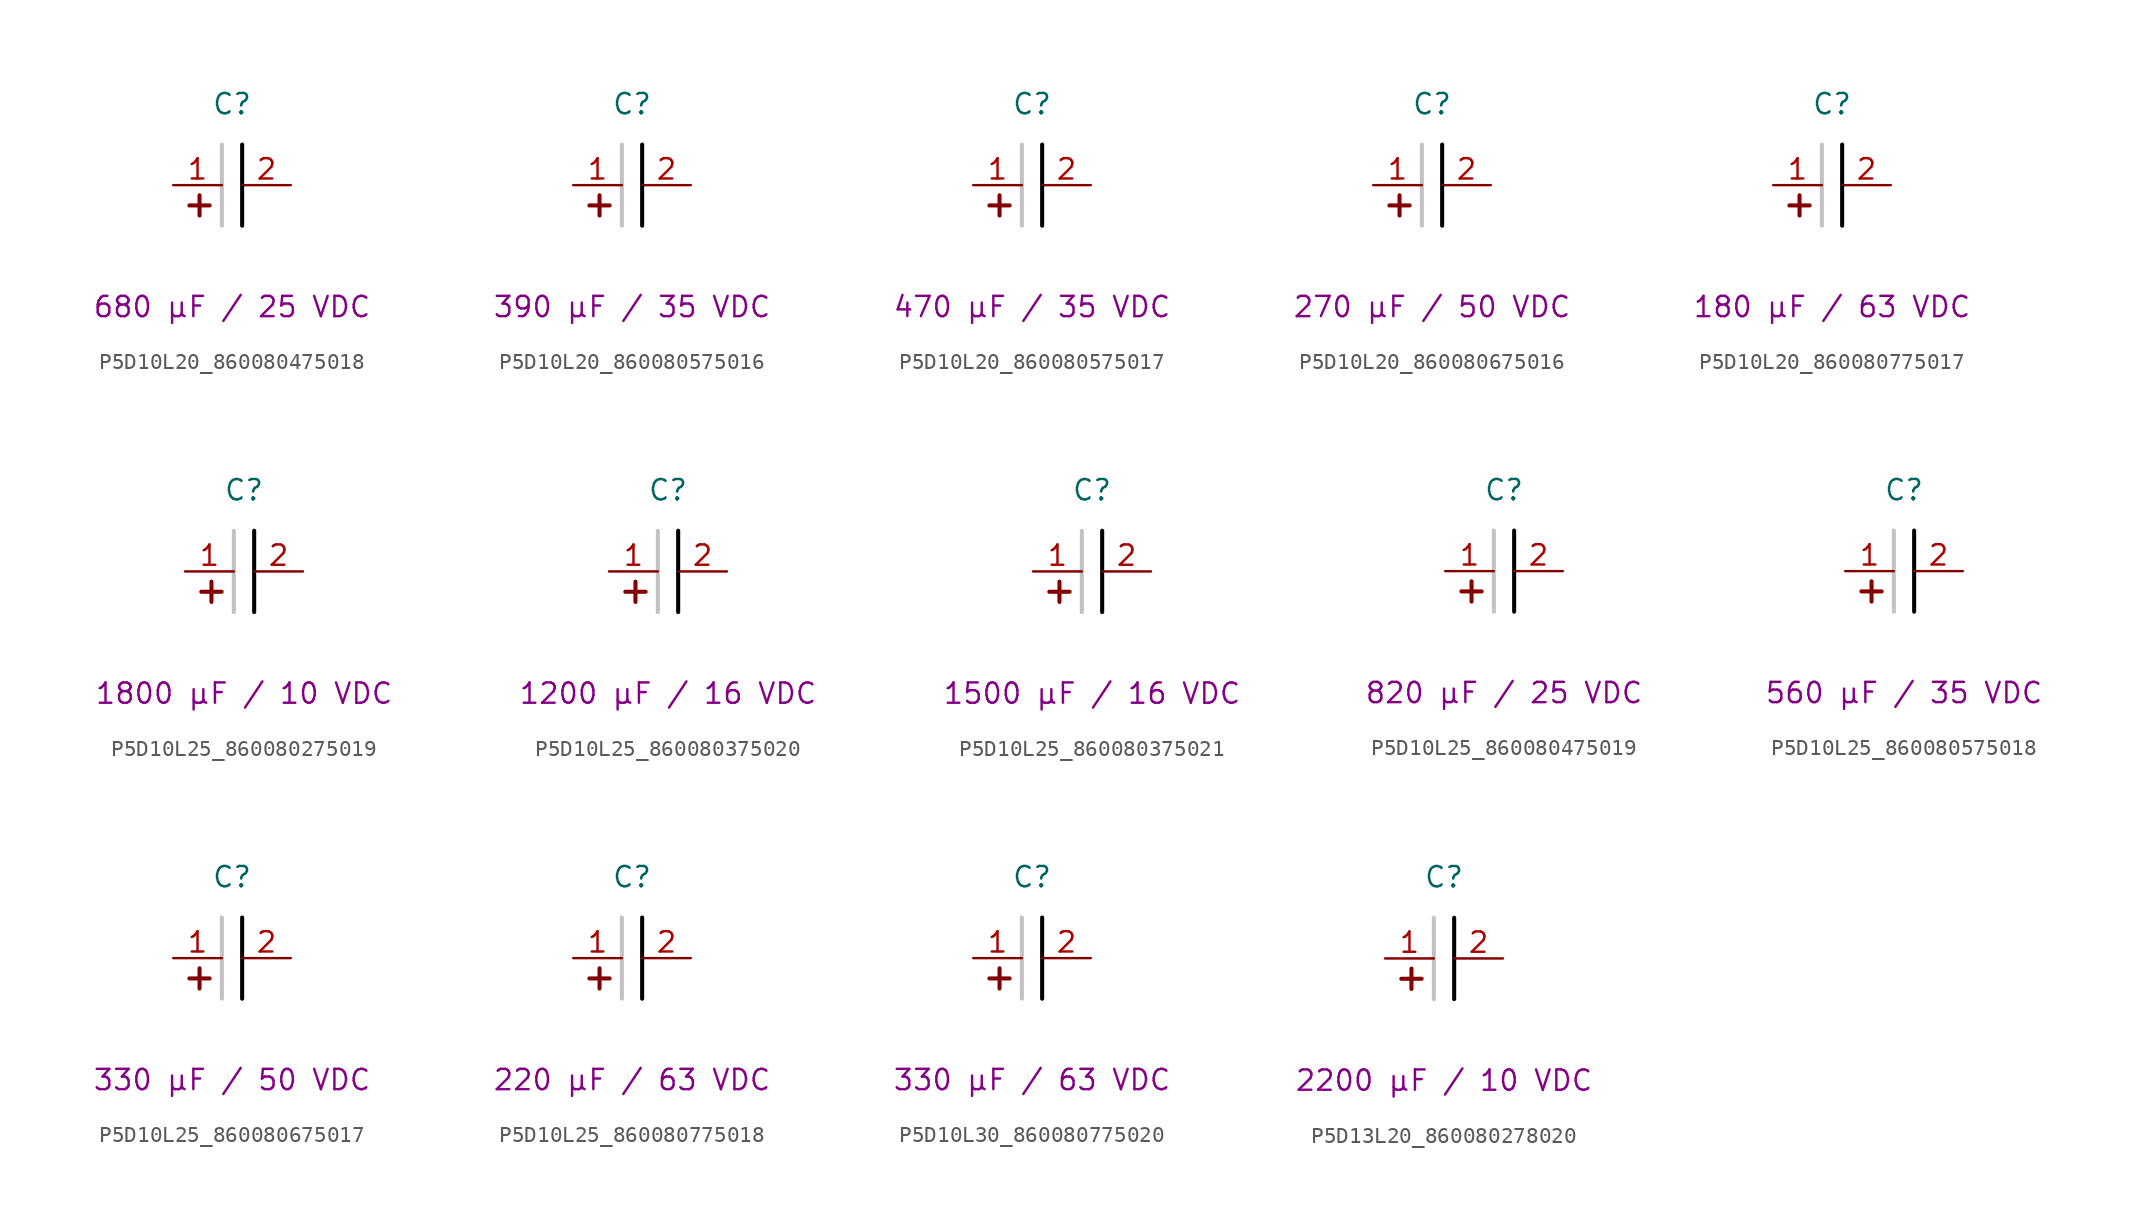
<source format=kicad_sym>
(kicad_symbol_lib
  (version 20220914)
  (generator kicad_symbol_editor)
  (symbol "P5D10L20_860080475018"
    (pin_names hide)
    (property "Reference" "C"
      (at 0 5.08 0)
      (effects (font (size 1.27 1.27))))
    (property "Critical Parameter" "680 µF / 25 VDC"
      (at 0 -7.62 0)
      (effects (font (size 1.27 1.27))))
    (symbol "P5D10L20_860080475018_1_1"
      (polyline (pts (xy -2.667 -1.27) (xy -1.397 -1.27)) (stroke (width 0.254) (type default)) (fill (type none)))
      (polyline (pts (xy -2.032 -0.635) (xy -2.032 -1.905)) (stroke (width 0.254) (type default)) (fill (type none)))
      (polyline (pts (xy -0.635 2.54) (xy -0.635 -2.54)) (stroke (width 0.254) (type default) (color 194 194 194 1)) (fill (type none)))
      (polyline (pts (xy 0.635 2.54) (xy 0.635 -2.54)) (stroke (width 0.254) (type default) (color 0 0 0 1)) (fill (type none)))
      (pin passive line (at -3.679 0 0) (length 3.044) (name "1" (effects (font (size 1.27 1.27)))) (number "1" (effects (font (size 1.27 1.27)))))
      (pin passive line (at 3.679 0 180) (length 3.044) (name "2" (effects (font (size 1.27 1.27)))) (number "2" (effects (font (size 1.27 1.27)))))))
  (symbol "P5D10L20_860080575016"
    (pin_names hide)
    (property "Reference" "C"
      (at 0 5.08 0)
      (effects (font (size 1.27 1.27))))
    (property "Critical Parameter" "390 µF / 35 VDC"
      (at 0 -7.62 0)
      (effects (font (size 1.27 1.27))))
    (symbol "P5D10L20_860080575016_1_1"
      (polyline (pts (xy -2.667 -1.27) (xy -1.397 -1.27)) (stroke (width 0.254) (type default)) (fill (type none)))
      (polyline (pts (xy -2.032 -0.635) (xy -2.032 -1.905)) (stroke (width 0.254) (type default)) (fill (type none)))
      (polyline (pts (xy -0.635 2.54) (xy -0.635 -2.54)) (stroke (width 0.254) (type default) (color 194 194 194 1)) (fill (type none)))
      (polyline (pts (xy 0.635 2.54) (xy 0.635 -2.54)) (stroke (width 0.254) (type default) (color 0 0 0 1)) (fill (type none)))
      (pin passive line (at -3.679 0 0) (length 3.044) (name "1" (effects (font (size 1.27 1.27)))) (number "1" (effects (font (size 1.27 1.27)))))
      (pin passive line (at 3.679 0 180) (length 3.044) (name "2" (effects (font (size 1.27 1.27)))) (number "2" (effects (font (size 1.27 1.27)))))))
  (symbol "P5D10L20_860080575017"
    (pin_names hide)
    (property "Reference" "C"
      (at 0 5.08 0)
      (effects (font (size 1.27 1.27))))
    (property "Critical Parameter" "470 µF / 35 VDC"
      (at 0 -7.62 0)
      (effects (font (size 1.27 1.27))))
    (symbol "P5D10L20_860080575017_1_1"
      (polyline (pts (xy -2.667 -1.27) (xy -1.397 -1.27)) (stroke (width 0.254) (type default)) (fill (type none)))
      (polyline (pts (xy -2.032 -0.635) (xy -2.032 -1.905)) (stroke (width 0.254) (type default)) (fill (type none)))
      (polyline (pts (xy -0.635 2.54) (xy -0.635 -2.54)) (stroke (width 0.254) (type default) (color 194 194 194 1)) (fill (type none)))
      (polyline (pts (xy 0.635 2.54) (xy 0.635 -2.54)) (stroke (width 0.254) (type default) (color 0 0 0 1)) (fill (type none)))
      (pin passive line (at -3.679 0 0) (length 3.044) (name "1" (effects (font (size 1.27 1.27)))) (number "1" (effects (font (size 1.27 1.27)))))
      (pin passive line (at 3.679 0 180) (length 3.044) (name "2" (effects (font (size 1.27 1.27)))) (number "2" (effects (font (size 1.27 1.27)))))))
  (symbol "P5D10L20_860080675016"
    (pin_names hide)
    (property "Reference" "C"
      (at 0 5.08 0)
      (effects (font (size 1.27 1.27))))
    (property "Critical Parameter" "270 µF / 50 VDC"
      (at 0 -7.62 0)
      (effects (font (size 1.27 1.27))))
    (symbol "P5D10L20_860080675016_1_1"
      (polyline (pts (xy -2.667 -1.27) (xy -1.397 -1.27)) (stroke (width 0.254) (type default)) (fill (type none)))
      (polyline (pts (xy -2.032 -0.635) (xy -2.032 -1.905)) (stroke (width 0.254) (type default)) (fill (type none)))
      (polyline (pts (xy -0.635 2.54) (xy -0.635 -2.54)) (stroke (width 0.254) (type default) (color 194 194 194 1)) (fill (type none)))
      (polyline (pts (xy 0.635 2.54) (xy 0.635 -2.54)) (stroke (width 0.254) (type default) (color 0 0 0 1)) (fill (type none)))
      (pin passive line (at -3.679 0 0) (length 3.044) (name "1" (effects (font (size 1.27 1.27)))) (number "1" (effects (font (size 1.27 1.27)))))
      (pin passive line (at 3.679 0 180) (length 3.044) (name "2" (effects (font (size 1.27 1.27)))) (number "2" (effects (font (size 1.27 1.27)))))))
  (symbol "P5D10L20_860080775017"
    (pin_names hide)
    (property "Reference" "C"
      (at 0 5.08 0)
      (effects (font (size 1.27 1.27))))
    (property "Critical Parameter" "180 µF / 63 VDC"
      (at 0 -7.62 0)
      (effects (font (size 1.27 1.27))))
    (symbol "P5D10L20_860080775017_1_1"
      (polyline (pts (xy -2.667 -1.27) (xy -1.397 -1.27)) (stroke (width 0.254) (type default)) (fill (type none)))
      (polyline (pts (xy -2.032 -0.635) (xy -2.032 -1.905)) (stroke (width 0.254) (type default)) (fill (type none)))
      (polyline (pts (xy -0.635 2.54) (xy -0.635 -2.54)) (stroke (width 0.254) (type default) (color 194 194 194 1)) (fill (type none)))
      (polyline (pts (xy 0.635 2.54) (xy 0.635 -2.54)) (stroke (width 0.254) (type default) (color 0 0 0 1)) (fill (type none)))
      (pin passive line (at -3.679 0 0) (length 3.044) (name "1" (effects (font (size 1.27 1.27)))) (number "1" (effects (font (size 1.27 1.27)))))
      (pin passive line (at 3.679 0 180) (length 3.044) (name "2" (effects (font (size 1.27 1.27)))) (number "2" (effects (font (size 1.27 1.27)))))))
  (symbol "P5D10L25_860080275019"
    (pin_names hide)
    (property "Reference" "C"
      (at 0 5.08 0)
      (effects (font (size 1.27 1.27))))
    (property "Critical Parameter" "1800 µF / 10 VDC"
      (at 0 -7.62 0)
      (effects (font (size 1.27 1.27))))
    (symbol "P5D10L25_860080275019_1_1"
      (polyline (pts (xy -2.667 -1.27) (xy -1.397 -1.27)) (stroke (width 0.254) (type default)) (fill (type none)))
      (polyline (pts (xy -2.032 -0.635) (xy -2.032 -1.905)) (stroke (width 0.254) (type default)) (fill (type none)))
      (polyline (pts (xy -0.635 2.54) (xy -0.635 -2.54)) (stroke (width 0.254) (type default) (color 194 194 194 1)) (fill (type none)))
      (polyline (pts (xy 0.635 2.54) (xy 0.635 -2.54)) (stroke (width 0.254) (type default) (color 0 0 0 1)) (fill (type none)))
      (pin passive line (at -3.679 0 0) (length 3.044) (name "1" (effects (font (size 1.27 1.27)))) (number "1" (effects (font (size 1.27 1.27)))))
      (pin passive line (at 3.679 0 180) (length 3.044) (name "2" (effects (font (size 1.27 1.27)))) (number "2" (effects (font (size 1.27 1.27)))))))
  (symbol "P5D10L25_860080375020"
    (pin_names hide)
    (property "Reference" "C"
      (at 0 5.08 0)
      (effects (font (size 1.27 1.27))))
    (property "Critical Parameter" "1200 µF / 16 VDC"
      (at 0 -7.62 0)
      (effects (font (size 1.27 1.27))))
    (symbol "P5D10L25_860080375020_1_1"
      (polyline (pts (xy -2.667 -1.27) (xy -1.397 -1.27)) (stroke (width 0.254) (type default)) (fill (type none)))
      (polyline (pts (xy -2.032 -0.635) (xy -2.032 -1.905)) (stroke (width 0.254) (type default)) (fill (type none)))
      (polyline (pts (xy -0.635 2.54) (xy -0.635 -2.54)) (stroke (width 0.254) (type default) (color 194 194 194 1)) (fill (type none)))
      (polyline (pts (xy 0.635 2.54) (xy 0.635 -2.54)) (stroke (width 0.254) (type default) (color 0 0 0 1)) (fill (type none)))
      (pin passive line (at -3.679 0 0) (length 3.044) (name "1" (effects (font (size 1.27 1.27)))) (number "1" (effects (font (size 1.27 1.27)))))
      (pin passive line (at 3.679 0 180) (length 3.044) (name "2" (effects (font (size 1.27 1.27)))) (number "2" (effects (font (size 1.27 1.27)))))))
  (symbol "P5D10L25_860080375021"
    (pin_names hide)
    (property "Reference" "C"
      (at 0 5.08 0)
      (effects (font (size 1.27 1.27))))
    (property "Critical Parameter" "1500 µF / 16 VDC"
      (at 0 -7.62 0)
      (effects (font (size 1.27 1.27))))
    (symbol "P5D10L25_860080375021_1_1"
      (polyline (pts (xy -2.667 -1.27) (xy -1.397 -1.27)) (stroke (width 0.254) (type default)) (fill (type none)))
      (polyline (pts (xy -2.032 -0.635) (xy -2.032 -1.905)) (stroke (width 0.254) (type default)) (fill (type none)))
      (polyline (pts (xy -0.635 2.54) (xy -0.635 -2.54)) (stroke (width 0.254) (type default) (color 194 194 194 1)) (fill (type none)))
      (polyline (pts (xy 0.635 2.54) (xy 0.635 -2.54)) (stroke (width 0.254) (type default) (color 0 0 0 1)) (fill (type none)))
      (pin passive line (at -3.679 0 0) (length 3.044) (name "1" (effects (font (size 1.27 1.27)))) (number "1" (effects (font (size 1.27 1.27)))))
      (pin passive line (at 3.679 0 180) (length 3.044) (name "2" (effects (font (size 1.27 1.27)))) (number "2" (effects (font (size 1.27 1.27)))))))
  (symbol "P5D10L25_860080475019"
    (pin_names hide)
    (property "Reference" "C"
      (at 0 5.08 0)
      (effects (font (size 1.27 1.27))))
    (property "Critical Parameter" "820 µF / 25 VDC"
      (at 0 -7.62 0)
      (effects (font (size 1.27 1.27))))
    (symbol "P5D10L25_860080475019_1_1"
      (polyline (pts (xy -2.667 -1.27) (xy -1.397 -1.27)) (stroke (width 0.254) (type default)) (fill (type none)))
      (polyline (pts (xy -2.032 -0.635) (xy -2.032 -1.905)) (stroke (width 0.254) (type default)) (fill (type none)))
      (polyline (pts (xy -0.635 2.54) (xy -0.635 -2.54)) (stroke (width 0.254) (type default) (color 194 194 194 1)) (fill (type none)))
      (polyline (pts (xy 0.635 2.54) (xy 0.635 -2.54)) (stroke (width 0.254) (type default) (color 0 0 0 1)) (fill (type none)))
      (pin passive line (at -3.679 0 0) (length 3.044) (name "1" (effects (font (size 1.27 1.27)))) (number "1" (effects (font (size 1.27 1.27)))))
      (pin passive line (at 3.679 0 180) (length 3.044) (name "2" (effects (font (size 1.27 1.27)))) (number "2" (effects (font (size 1.27 1.27)))))))
  (symbol "P5D10L25_860080575018"
    (pin_names hide)
    (property "Reference" "C"
      (at 0 5.08 0)
      (effects (font (size 1.27 1.27))))
    (property "Critical Parameter" "560 µF / 35 VDC"
      (at 0 -7.62 0)
      (effects (font (size 1.27 1.27))))
    (symbol "P5D10L25_860080575018_1_1"
      (polyline (pts (xy -2.667 -1.27) (xy -1.397 -1.27)) (stroke (width 0.254) (type default)) (fill (type none)))
      (polyline (pts (xy -2.032 -0.635) (xy -2.032 -1.905)) (stroke (width 0.254) (type default)) (fill (type none)))
      (polyline (pts (xy -0.635 2.54) (xy -0.635 -2.54)) (stroke (width 0.254) (type default) (color 194 194 194 1)) (fill (type none)))
      (polyline (pts (xy 0.635 2.54) (xy 0.635 -2.54)) (stroke (width 0.254) (type default) (color 0 0 0 1)) (fill (type none)))
      (pin passive line (at -3.679 0 0) (length 3.044) (name "1" (effects (font (size 1.27 1.27)))) (number "1" (effects (font (size 1.27 1.27)))))
      (pin passive line (at 3.679 0 180) (length 3.044) (name "2" (effects (font (size 1.27 1.27)))) (number "2" (effects (font (size 1.27 1.27)))))))
  (symbol "P5D10L25_860080675017"
    (pin_names hide)
    (property "Reference" "C"
      (at 0 5.08 0)
      (effects (font (size 1.27 1.27))))
    (property "Critical Parameter" "330 µF / 50 VDC"
      (at 0 -7.62 0)
      (effects (font (size 1.27 1.27))))
    (symbol "P5D10L25_860080675017_1_1"
      (polyline (pts (xy -2.667 -1.27) (xy -1.397 -1.27)) (stroke (width 0.254) (type default)) (fill (type none)))
      (polyline (pts (xy -2.032 -0.635) (xy -2.032 -1.905)) (stroke (width 0.254) (type default)) (fill (type none)))
      (polyline (pts (xy -0.635 2.54) (xy -0.635 -2.54)) (stroke (width 0.254) (type default) (color 194 194 194 1)) (fill (type none)))
      (polyline (pts (xy 0.635 2.54) (xy 0.635 -2.54)) (stroke (width 0.254) (type default) (color 0 0 0 1)) (fill (type none)))
      (pin passive line (at -3.679 0 0) (length 3.044) (name "1" (effects (font (size 1.27 1.27)))) (number "1" (effects (font (size 1.27 1.27)))))
      (pin passive line (at 3.679 0 180) (length 3.044) (name "2" (effects (font (size 1.27 1.27)))) (number "2" (effects (font (size 1.27 1.27)))))))
  (symbol "P5D10L25_860080775018"
    (pin_names hide)
    (property "Reference" "C"
      (at 0 5.08 0)
      (effects (font (size 1.27 1.27))))
    (property "Critical Parameter" "220 µF / 63 VDC"
      (at 0 -7.62 0)
      (effects (font (size 1.27 1.27))))
    (symbol "P5D10L25_860080775018_1_1"
      (polyline (pts (xy -2.667 -1.27) (xy -1.397 -1.27)) (stroke (width 0.254) (type default)) (fill (type none)))
      (polyline (pts (xy -2.032 -0.635) (xy -2.032 -1.905)) (stroke (width 0.254) (type default)) (fill (type none)))
      (polyline (pts (xy -0.635 2.54) (xy -0.635 -2.54)) (stroke (width 0.254) (type default) (color 194 194 194 1)) (fill (type none)))
      (polyline (pts (xy 0.635 2.54) (xy 0.635 -2.54)) (stroke (width 0.254) (type default) (color 0 0 0 1)) (fill (type none)))
      (pin passive line (at -3.679 0 0) (length 3.044) (name "1" (effects (font (size 1.27 1.27)))) (number "1" (effects (font (size 1.27 1.27)))))
      (pin passive line (at 3.679 0 180) (length 3.044) (name "2" (effects (font (size 1.27 1.27)))) (number "2" (effects (font (size 1.27 1.27)))))))
  (symbol "P5D10L30_860080775020"
    (pin_names hide)
    (property "Reference" "C"
      (at 0 5.08 0)
      (effects (font (size 1.27 1.27))))
    (property "Critical Parameter" "330 µF / 63 VDC"
      (at 0 -7.62 0)
      (effects (font (size 1.27 1.27))))
    (symbol "P5D10L30_860080775020_1_1"
      (polyline (pts (xy -2.667 -1.27) (xy -1.397 -1.27)) (stroke (width 0.254) (type default)) (fill (type none)))
      (polyline (pts (xy -2.032 -0.635) (xy -2.032 -1.905)) (stroke (width 0.254) (type default)) (fill (type none)))
      (polyline (pts (xy -0.635 2.54) (xy -0.635 -2.54)) (stroke (width 0.254) (type default) (color 194 194 194 1)) (fill (type none)))
      (polyline (pts (xy 0.635 2.54) (xy 0.635 -2.54)) (stroke (width 0.254) (type default) (color 0 0 0 1)) (fill (type none)))
      (pin passive line (at -3.679 0 0) (length 3.044) (name "1" (effects (font (size 1.27 1.27)))) (number "1" (effects (font (size 1.27 1.27)))))
      (pin passive line (at 3.679 0 180) (length 3.044) (name "2" (effects (font (size 1.27 1.27)))) (number "2" (effects (font (size 1.27 1.27)))))))
  (symbol "P5D13L20_860080278020"
    (pin_names hide)
    (property "Reference" "C"
      (at 0 5.08 0)
      (effects (font (size 1.27 1.27))))
    (property "Critical Parameter" "2200 µF / 10 VDC"
      (at 0 -7.62 0)
      (effects (font (size 1.27 1.27))))
    (symbol "P5D13L20_860080278020_1_1"
      (polyline (pts (xy -2.667 -1.27) (xy -1.397 -1.27)) (stroke (width 0.254) (type default)) (fill (type none)))
      (polyline (pts (xy -2.032 -0.635) (xy -2.032 -1.905)) (stroke (width 0.254) (type default)) (fill (type none)))
      (polyline (pts (xy -0.635 2.54) (xy -0.635 -2.54)) (stroke (width 0.254) (type default) (color 194 194 194 1)) (fill (type none)))
      (polyline (pts (xy 0.635 2.54) (xy 0.635 -2.54)) (stroke (width 0.254) (type default) (color 0 0 0 1)) (fill (type none)))
      (pin passive line (at -3.679 0 0) (length 3.044) (name "1" (effects (font (size 1.27 1.27)))) (number "1" (effects (font (size 1.27 1.27)))))
      (pin passive line (at 3.679 0 180) (length 3.044) (name "2" (effects (font (size 1.27 1.27)))) (number "2" (effects (font (size 1.27 1.27))))))))
</source>
